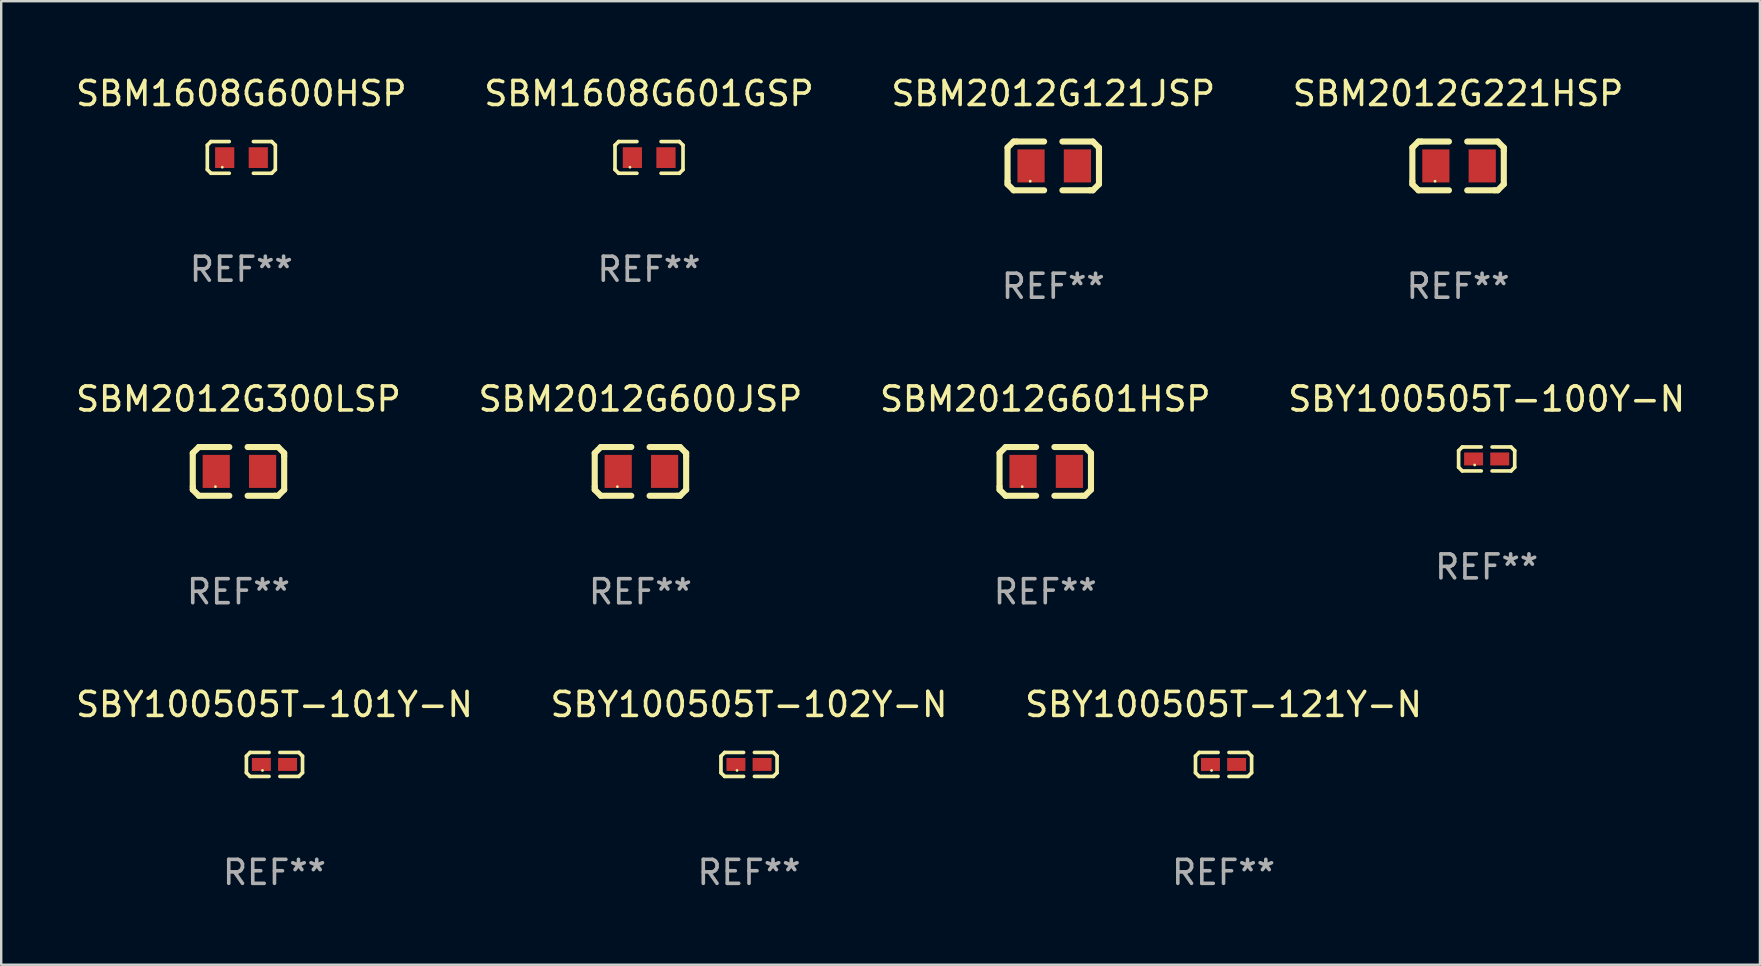
<source format=kicad_pcb>
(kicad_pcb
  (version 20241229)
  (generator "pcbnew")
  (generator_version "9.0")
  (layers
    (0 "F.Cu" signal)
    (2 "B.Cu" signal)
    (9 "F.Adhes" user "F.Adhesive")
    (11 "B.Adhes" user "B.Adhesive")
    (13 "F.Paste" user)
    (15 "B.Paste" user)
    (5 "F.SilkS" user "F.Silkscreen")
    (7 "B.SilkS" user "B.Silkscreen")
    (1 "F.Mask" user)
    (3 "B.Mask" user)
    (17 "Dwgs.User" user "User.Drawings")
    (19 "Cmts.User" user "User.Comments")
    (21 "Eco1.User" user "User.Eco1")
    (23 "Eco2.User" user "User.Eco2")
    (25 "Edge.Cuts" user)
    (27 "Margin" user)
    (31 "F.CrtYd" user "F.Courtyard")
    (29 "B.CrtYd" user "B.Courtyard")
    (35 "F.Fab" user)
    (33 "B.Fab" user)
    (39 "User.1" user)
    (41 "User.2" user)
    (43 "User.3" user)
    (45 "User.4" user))
  (footprint "SBM2012G601HSP"
    (layer "F.Cu")
    (at 40.506 16.593)
    (property "Reference" "SBM2012G601HSP" (at 0 -3.016 0) (layer "F.SilkS") (effects (font (size 1 1) (thickness 0.15))))
    (attr through_hole)
    (fp_line (start -1.905 -0.762) (end -1.905 0.635) (stroke (width 0.254) (type solid)) (layer "F.SilkS"))
    (fp_line (start -1.905 0.635) (end -1.905 0.762) (stroke (width 0.254) (type solid)) (layer "F.SilkS"))
    (fp_line (start -1.905 0.762) (end -1.651 1.016) (stroke (width 0.254) (type solid)) (layer "F.SilkS"))
    (fp_line (start -1.651 -1.016) (end -1.905 -0.762) (stroke (width 0.254) (type solid)) (layer "F.SilkS"))
    (fp_line (start -1.651 1.016) (end -0.381 1.016) (stroke (width 0.254) (type solid)) (layer "F.SilkS"))
    (fp_line (start -1.524 -1.016) (end -1.651 -1.016) (stroke (width 0.254) (type solid)) (layer "F.SilkS"))
    (fp_line (start -0.381 -1.016) (end -1.524 -1.016) (stroke (width 0.254) (type solid)) (layer "F.SilkS"))
    (fp_line (start 0.381 1.016) (end 1.524 1.016) (stroke (width 0.254) (type solid)) (layer "F.SilkS"))
    (fp_line (start 1.524 1.016) (end 1.651 1.016) (stroke (width 0.254) (type solid)) (layer "F.SilkS"))
    (fp_line (start 1.651 -1.016) (end 0.381 -1.016) (stroke (width 0.254) (type solid)) (layer "F.SilkS"))
    (fp_line (start 1.651 1.016) (end 1.905 0.762) (stroke (width 0.254) (type solid)) (layer "F.SilkS"))
    (fp_line (start 1.905 -0.762) (end 1.651 -1.016) (stroke (width 0.254) (type solid)) (layer "F.SilkS"))
    (fp_line (start 1.905 -0.635) (end 1.905 -0.762) (stroke (width 0.254) (type solid)) (layer "F.SilkS"))
    (fp_line (start 1.905 0.762) (end 1.905 -0.635) (stroke (width 0.254) (type solid)) (layer "F.SilkS"))
    (fp_circle (center -0.96 0.637) (end -0.93 0.637) (stroke (width 0.06) (type solid)) (fill no) (layer "F.SilkS"))
    (fp_text user "REF**" (at 0 5.016 0) (layer "F.Fab") (effects (font (size 1 1) (thickness 0.15))))
    (pad "1" smd rect (at -0.926 -0.000051) (size 1.133 1.377) (layers "F.Cu" "F.Mask" "F.Paste"))
    (pad "2" smd rect (at 1.006 -0.000051) (size 1.133 1.377) (layers "F.Cu" "F.Mask" "F.Paste")))
  (footprint "SBY100505T-121Y-N"
    (layer "F.Cu")
    (at 47.935 28.804)
    (property "Reference" "SBY100505T-121Y-N" (at 0 -2.499 0) (layer "F.SilkS") (effects (font (size 1 1) (thickness 0.15))))
    (attr through_hole)
    (fp_line (start -1.169 -0.346) (end -1.016 -0.499) (stroke (width 0.152) (type solid)) (layer "F.SilkS"))
    (fp_line (start -1.169 0.346) (end -1.169 -0.346) (stroke (width 0.152) (type solid)) (layer "F.SilkS"))
    (fp_line (start -1.016 -0.499) (end -0.226 -0.499) (stroke (width 0.152) (type solid)) (layer "F.SilkS"))
    (fp_line (start -1.016 0.499) (end -1.169 0.346) (stroke (width 0.152) (type solid)) (layer "F.SilkS"))
    (fp_line (start -0.226 0.499) (end -1.016 0.499) (stroke (width 0.152) (type solid)) (layer "F.SilkS"))
    (fp_line (start 0.226 0.499) (end 1.016 0.499) (stroke (width 0.152) (type solid)) (layer "F.SilkS"))
    (fp_line (start 1.016 -0.499) (end 0.226 -0.499) (stroke (width 0.152) (type solid)) (layer "F.SilkS"))
    (fp_line (start 1.016 0.499) (end 1.169 0.346) (stroke (width 0.152) (type solid)) (layer "F.SilkS"))
    (fp_line (start 1.169 -0.346) (end 1.016 -0.499) (stroke (width 0.152) (type solid)) (layer "F.SilkS"))
    (fp_line (start 1.169 0.346) (end 1.169 -0.346) (stroke (width 0.152) (type solid)) (layer "F.SilkS"))
    (fp_circle (center -0.5 0.25) (end -0.47 0.25) (stroke (width 0.06) (type solid)) (fill no) (layer "F.SilkS"))
    (fp_text user "REF**" (at 0 4.499 0) (layer "F.Fab") (effects (font (size 1 1) (thickness 0.15))))
    (pad "1" smd rect (at -0.545 0) (size 0.79 0.54) (layers "F.Cu" "F.Mask" "F.Paste"))
    (pad "2" smd rect (at 0.545 0) (size 0.79 0.54) (layers "F.Cu" "F.Mask" "F.Paste")))
  (footprint "SBM2012G300LSP"
    (layer "F.Cu")
    (at 6.887 16.593)
    (property "Reference" "SBM2012G300LSP" (at 0 -3.016 0) (layer "F.SilkS") (effects (font (size 1 1) (thickness 0.15))))
    (attr through_hole)
    (fp_line (start -1.905 -0.762) (end -1.905 0.635) (stroke (width 0.254) (type solid)) (layer "F.SilkS"))
    (fp_line (start -1.905 0.635) (end -1.905 0.762) (stroke (width 0.254) (type solid)) (layer "F.SilkS"))
    (fp_line (start -1.905 0.762) (end -1.651 1.016) (stroke (width 0.254) (type solid)) (layer "F.SilkS"))
    (fp_line (start -1.651 -1.016) (end -1.905 -0.762) (stroke (width 0.254) (type solid)) (layer "F.SilkS"))
    (fp_line (start -1.651 1.016) (end -0.381 1.016) (stroke (width 0.254) (type solid)) (layer "F.SilkS"))
    (fp_line (start -1.524 -1.016) (end -1.651 -1.016) (stroke (width 0.254) (type solid)) (layer "F.SilkS"))
    (fp_line (start -0.381 -1.016) (end -1.524 -1.016) (stroke (width 0.254) (type solid)) (layer "F.SilkS"))
    (fp_line (start 0.381 1.016) (end 1.524 1.016) (stroke (width 0.254) (type solid)) (layer "F.SilkS"))
    (fp_line (start 1.524 1.016) (end 1.651 1.016) (stroke (width 0.254) (type solid)) (layer "F.SilkS"))
    (fp_line (start 1.651 -1.016) (end 0.381 -1.016) (stroke (width 0.254) (type solid)) (layer "F.SilkS"))
    (fp_line (start 1.651 1.016) (end 1.905 0.762) (stroke (width 0.254) (type solid)) (layer "F.SilkS"))
    (fp_line (start 1.905 -0.762) (end 1.651 -1.016) (stroke (width 0.254) (type solid)) (layer "F.SilkS"))
    (fp_line (start 1.905 -0.635) (end 1.905 -0.762) (stroke (width 0.254) (type solid)) (layer "F.SilkS"))
    (fp_line (start 1.905 0.762) (end 1.905 -0.635) (stroke (width 0.254) (type solid)) (layer "F.SilkS"))
    (fp_circle (center -0.96 0.637) (end -0.93 0.637) (stroke (width 0.06) (type solid)) (fill no) (layer "F.SilkS"))
    (fp_text user "REF**" (at 0 5.016 0) (layer "F.Fab") (effects (font (size 1 1) (thickness 0.15))))
    (pad "1" smd rect (at -0.926 -0.000051) (size 1.133 1.377) (layers "F.Cu" "F.Mask" "F.Paste"))
    (pad "2" smd rect (at 1.006 -0.000051) (size 1.133 1.377) (layers "F.Cu" "F.Mask" "F.Paste")))
  (footprint "SBM1608G601GSP"
    (layer "F.Cu")
    (at 23.994 3.509)
    (property "Reference" "SBM1608G601GSP" (at 0 -2.661 0) (layer "F.SilkS") (effects (font (size 1 1) (thickness 0.15))))
    (attr through_hole)
    (fp_line (start -1.417 -0.508) (end -1.265 -0.661) (stroke (width 0.152) (type solid)) (layer "F.SilkS"))
    (fp_line (start -1.417 0.508) (end -1.417 -0.508) (stroke (width 0.152) (type solid)) (layer "F.SilkS"))
    (fp_line (start -1.265 -0.661) (end -0.503 -0.661) (stroke (width 0.152) (type solid)) (layer "F.SilkS"))
    (fp_line (start -1.265 0.661) (end -1.417 0.508) (stroke (width 0.152) (type solid)) (layer "F.SilkS"))
    (fp_line (start -1.265 0.661) (end -0.503 0.661) (stroke (width 0.152) (type solid)) (layer "F.SilkS"))
    (fp_line (start 1.265 -0.661) (end 0.503 -0.661) (stroke (width 0.152) (type solid)) (layer "F.SilkS"))
    (fp_line (start 1.265 -0.661) (end 1.417 -0.508) (stroke (width 0.152) (type solid)) (layer "F.SilkS"))
    (fp_line (start 1.265 0.661) (end 0.503 0.661) (stroke (width 0.152) (type solid)) (layer "F.SilkS"))
    (fp_line (start 1.417 -0.508) (end 1.417 0.508) (stroke (width 0.152) (type solid)) (layer "F.SilkS"))
    (fp_line (start 1.417 0.508) (end 1.265 0.661) (stroke (width 0.152) (type solid)) (layer "F.SilkS"))
    (fp_circle (center -0.793 0.409) (end -0.763 0.409) (stroke (width 0.06) (type solid)) (fill no) (layer "F.SilkS"))
    (fp_text user "REF**" (at 0 4.661 0) (layer "F.Fab") (effects (font (size 1 1) (thickness 0.15))))
    (pad "1" smd rect (at -0.693 0.009 180) (size 0.8 0.864) (layers "F.Cu" "F.Mask" "F.Paste"))
    (pad "2" smd rect (at 0.707 0.009 180) (size 0.8 0.864) (layers "F.Cu" "F.Mask" "F.Paste")))
  (footprint "SBM2012G121JSP"
    (layer "F.Cu")
    (at 40.839 3.864)
    (property "Reference" "SBM2012G121JSP" (at 0 -3.016 0) (layer "F.SilkS") (effects (font (size 1 1) (thickness 0.15))))
    (attr through_hole)
    (fp_line (start -1.905 -0.762) (end -1.905 0.635) (stroke (width 0.254) (type solid)) (layer "F.SilkS"))
    (fp_line (start -1.905 0.635) (end -1.905 0.762) (stroke (width 0.254) (type solid)) (layer "F.SilkS"))
    (fp_line (start -1.905 0.762) (end -1.651 1.016) (stroke (width 0.254) (type solid)) (layer "F.SilkS"))
    (fp_line (start -1.651 -1.016) (end -1.905 -0.762) (stroke (width 0.254) (type solid)) (layer "F.SilkS"))
    (fp_line (start -1.651 1.016) (end -0.381 1.016) (stroke (width 0.254) (type solid)) (layer "F.SilkS"))
    (fp_line (start -1.524 -1.016) (end -1.651 -1.016) (stroke (width 0.254) (type solid)) (layer "F.SilkS"))
    (fp_line (start -0.381 -1.016) (end -1.524 -1.016) (stroke (width 0.254) (type solid)) (layer "F.SilkS"))
    (fp_line (start 0.381 1.016) (end 1.524 1.016) (stroke (width 0.254) (type solid)) (layer "F.SilkS"))
    (fp_line (start 1.524 1.016) (end 1.651 1.016) (stroke (width 0.254) (type solid)) (layer "F.SilkS"))
    (fp_line (start 1.651 -1.016) (end 0.381 -1.016) (stroke (width 0.254) (type solid)) (layer "F.SilkS"))
    (fp_line (start 1.651 1.016) (end 1.905 0.762) (stroke (width 0.254) (type solid)) (layer "F.SilkS"))
    (fp_line (start 1.905 -0.762) (end 1.651 -1.016) (stroke (width 0.254) (type solid)) (layer "F.SilkS"))
    (fp_line (start 1.905 -0.635) (end 1.905 -0.762) (stroke (width 0.254) (type solid)) (layer "F.SilkS"))
    (fp_line (start 1.905 0.762) (end 1.905 -0.635) (stroke (width 0.254) (type solid)) (layer "F.SilkS"))
    (fp_circle (center -0.96 0.637) (end -0.93 0.637) (stroke (width 0.06) (type solid)) (fill no) (layer "F.SilkS"))
    (fp_text user "REF**" (at 0 5.016 0) (layer "F.Fab") (effects (font (size 1 1) (thickness 0.15))))
    (pad "1" smd rect (at -0.926 -0.000051) (size 1.133 1.377) (layers "F.Cu" "F.Mask" "F.Paste"))
    (pad "2" smd rect (at 1.006 -0.000051) (size 1.133 1.377) (layers "F.Cu" "F.Mask" "F.Paste")))
  (footprint "SBM1608G600HSP"
    (layer "F.Cu")
    (at 7.006 3.509)
    (property "Reference" "SBM1608G600HSP" (at 0 -2.661 0) (layer "F.SilkS") (effects (font (size 1 1) (thickness 0.15))))
    (attr through_hole)
    (fp_line (start -1.417 -0.508) (end -1.265 -0.661) (stroke (width 0.152) (type solid)) (layer "F.SilkS"))
    (fp_line (start -1.417 0.508) (end -1.417 -0.508) (stroke (width 0.152) (type solid)) (layer "F.SilkS"))
    (fp_line (start -1.265 -0.661) (end -0.503 -0.661) (stroke (width 0.152) (type solid)) (layer "F.SilkS"))
    (fp_line (start -1.265 0.661) (end -1.417 0.508) (stroke (width 0.152) (type solid)) (layer "F.SilkS"))
    (fp_line (start -1.265 0.661) (end -0.503 0.661) (stroke (width 0.152) (type solid)) (layer "F.SilkS"))
    (fp_line (start 1.265 -0.661) (end 0.503 -0.661) (stroke (width 0.152) (type solid)) (layer "F.SilkS"))
    (fp_line (start 1.265 -0.661) (end 1.417 -0.508) (stroke (width 0.152) (type solid)) (layer "F.SilkS"))
    (fp_line (start 1.265 0.661) (end 0.503 0.661) (stroke (width 0.152) (type solid)) (layer "F.SilkS"))
    (fp_line (start 1.417 -0.508) (end 1.417 0.508) (stroke (width 0.152) (type solid)) (layer "F.SilkS"))
    (fp_line (start 1.417 0.508) (end 1.265 0.661) (stroke (width 0.152) (type solid)) (layer "F.SilkS"))
    (fp_circle (center -0.793 0.409) (end -0.763 0.409) (stroke (width 0.06) (type solid)) (fill no) (layer "F.SilkS"))
    (fp_text user "REF**" (at 0 4.661 0) (layer "F.Fab") (effects (font (size 1 1) (thickness 0.15))))
    (pad "1" smd rect (at -0.693 0.009 180) (size 0.8 0.864) (layers "F.Cu" "F.Mask" "F.Paste"))
    (pad "2" smd rect (at 0.707 0.009 180) (size 0.8 0.864) (layers "F.Cu" "F.Mask" "F.Paste")))
  (footprint "SBM2012G600JSP"
    (layer "F.Cu")
    (at 23.637 16.593)
    (property "Reference" "SBM2012G600JSP" (at 0 -3.016 0) (layer "F.SilkS") (effects (font (size 1 1) (thickness 0.15))))
    (attr through_hole)
    (fp_line (start -1.905 -0.762) (end -1.905 0.635) (stroke (width 0.254) (type solid)) (layer "F.SilkS"))
    (fp_line (start -1.905 0.635) (end -1.905 0.762) (stroke (width 0.254) (type solid)) (layer "F.SilkS"))
    (fp_line (start -1.905 0.762) (end -1.651 1.016) (stroke (width 0.254) (type solid)) (layer "F.SilkS"))
    (fp_line (start -1.651 -1.016) (end -1.905 -0.762) (stroke (width 0.254) (type solid)) (layer "F.SilkS"))
    (fp_line (start -1.651 1.016) (end -0.381 1.016) (stroke (width 0.254) (type solid)) (layer "F.SilkS"))
    (fp_line (start -1.524 -1.016) (end -1.651 -1.016) (stroke (width 0.254) (type solid)) (layer "F.SilkS"))
    (fp_line (start -0.381 -1.016) (end -1.524 -1.016) (stroke (width 0.254) (type solid)) (layer "F.SilkS"))
    (fp_line (start 0.381 1.016) (end 1.524 1.016) (stroke (width 0.254) (type solid)) (layer "F.SilkS"))
    (fp_line (start 1.524 1.016) (end 1.651 1.016) (stroke (width 0.254) (type solid)) (layer "F.SilkS"))
    (fp_line (start 1.651 -1.016) (end 0.381 -1.016) (stroke (width 0.254) (type solid)) (layer "F.SilkS"))
    (fp_line (start 1.651 1.016) (end 1.905 0.762) (stroke (width 0.254) (type solid)) (layer "F.SilkS"))
    (fp_line (start 1.905 -0.762) (end 1.651 -1.016) (stroke (width 0.254) (type solid)) (layer "F.SilkS"))
    (fp_line (start 1.905 -0.635) (end 1.905 -0.762) (stroke (width 0.254) (type solid)) (layer "F.SilkS"))
    (fp_line (start 1.905 0.762) (end 1.905 -0.635) (stroke (width 0.254) (type solid)) (layer "F.SilkS"))
    (fp_circle (center -0.96 0.637) (end -0.93 0.637) (stroke (width 0.06) (type solid)) (fill no) (layer "F.SilkS"))
    (fp_text user "REF**" (at 0 5.016 0) (layer "F.Fab") (effects (font (size 1 1) (thickness 0.15))))
    (pad "1" smd rect (at -0.926 -0.000051) (size 1.133 1.377) (layers "F.Cu" "F.Mask" "F.Paste"))
    (pad "2" smd rect (at 1.006 -0.000051) (size 1.133 1.377) (layers "F.Cu" "F.Mask" "F.Paste")))
  (footprint "SBY100505T-100Y-N"
    (layer "F.Cu")
    (at 58.899 16.075)
    (property "Reference" "SBY100505T-100Y-N" (at 0 -2.499 0) (layer "F.SilkS") (effects (font (size 1 1) (thickness 0.15))))
    (attr through_hole)
    (fp_line (start -1.169 -0.346) (end -1.016 -0.499) (stroke (width 0.152) (type solid)) (layer "F.SilkS"))
    (fp_line (start -1.169 0.346) (end -1.169 -0.346) (stroke (width 0.152) (type solid)) (layer "F.SilkS"))
    (fp_line (start -1.016 -0.499) (end -0.226 -0.499) (stroke (width 0.152) (type solid)) (layer "F.SilkS"))
    (fp_line (start -1.016 0.499) (end -1.169 0.346) (stroke (width 0.152) (type solid)) (layer "F.SilkS"))
    (fp_line (start -0.226 0.499) (end -1.016 0.499) (stroke (width 0.152) (type solid)) (layer "F.SilkS"))
    (fp_line (start 0.226 0.499) (end 1.016 0.499) (stroke (width 0.152) (type solid)) (layer "F.SilkS"))
    (fp_line (start 1.016 -0.499) (end 0.226 -0.499) (stroke (width 0.152) (type solid)) (layer "F.SilkS"))
    (fp_line (start 1.016 0.499) (end 1.169 0.346) (stroke (width 0.152) (type solid)) (layer "F.SilkS"))
    (fp_line (start 1.169 -0.346) (end 1.016 -0.499) (stroke (width 0.152) (type solid)) (layer "F.SilkS"))
    (fp_line (start 1.169 0.346) (end 1.169 -0.346) (stroke (width 0.152) (type solid)) (layer "F.SilkS"))
    (fp_circle (center -0.5 0.25) (end -0.47 0.25) (stroke (width 0.06) (type solid)) (fill no) (layer "F.SilkS"))
    (fp_text user "REF**" (at 0 4.499 0) (layer "F.Fab") (effects (font (size 1 1) (thickness 0.15))))
    (pad "1" smd rect (at -0.545 0) (size 0.79 0.54) (layers "F.Cu" "F.Mask" "F.Paste"))
    (pad "2" smd rect (at 0.545 0) (size 0.79 0.54) (layers "F.Cu" "F.Mask" "F.Paste")))
  (footprint "SBM2012G221HSP"
    (layer "F.Cu")
    (at 57.708 3.864)
    (property "Reference" "SBM2012G221HSP" (at 0 -3.016 0) (layer "F.SilkS") (effects (font (size 1 1) (thickness 0.15))))
    (attr through_hole)
    (fp_line (start -1.905 -0.762) (end -1.905 0.635) (stroke (width 0.254) (type solid)) (layer "F.SilkS"))
    (fp_line (start -1.905 0.635) (end -1.905 0.762) (stroke (width 0.254) (type solid)) (layer "F.SilkS"))
    (fp_line (start -1.905 0.762) (end -1.651 1.016) (stroke (width 0.254) (type solid)) (layer "F.SilkS"))
    (fp_line (start -1.651 -1.016) (end -1.905 -0.762) (stroke (width 0.254) (type solid)) (layer "F.SilkS"))
    (fp_line (start -1.651 1.016) (end -0.381 1.016) (stroke (width 0.254) (type solid)) (layer "F.SilkS"))
    (fp_line (start -1.524 -1.016) (end -1.651 -1.016) (stroke (width 0.254) (type solid)) (layer "F.SilkS"))
    (fp_line (start -0.381 -1.016) (end -1.524 -1.016) (stroke (width 0.254) (type solid)) (layer "F.SilkS"))
    (fp_line (start 0.381 1.016) (end 1.524 1.016) (stroke (width 0.254) (type solid)) (layer "F.SilkS"))
    (fp_line (start 1.524 1.016) (end 1.651 1.016) (stroke (width 0.254) (type solid)) (layer "F.SilkS"))
    (fp_line (start 1.651 -1.016) (end 0.381 -1.016) (stroke (width 0.254) (type solid)) (layer "F.SilkS"))
    (fp_line (start 1.651 1.016) (end 1.905 0.762) (stroke (width 0.254) (type solid)) (layer "F.SilkS"))
    (fp_line (start 1.905 -0.762) (end 1.651 -1.016) (stroke (width 0.254) (type solid)) (layer "F.SilkS"))
    (fp_line (start 1.905 -0.635) (end 1.905 -0.762) (stroke (width 0.254) (type solid)) (layer "F.SilkS"))
    (fp_line (start 1.905 0.762) (end 1.905 -0.635) (stroke (width 0.254) (type solid)) (layer "F.SilkS"))
    (fp_circle (center -0.96 0.637) (end -0.93 0.637) (stroke (width 0.06) (type solid)) (fill no) (layer "F.SilkS"))
    (fp_text user "REF**" (at 0 5.016 0) (layer "F.Fab") (effects (font (size 1 1) (thickness 0.15))))
    (pad "1" smd rect (at -0.926 -0.000051) (size 1.133 1.377) (layers "F.Cu" "F.Mask" "F.Paste"))
    (pad "2" smd rect (at 1.006 -0.000051) (size 1.133 1.377) (layers "F.Cu" "F.Mask" "F.Paste")))
  (footprint "SBY100505T-101Y-N"
    (layer "F.Cu")
    (at 8.387 28.804)
    (property "Reference" "SBY100505T-101Y-N" (at 0 -2.499 0) (layer "F.SilkS") (effects (font (size 1 1) (thickness 0.15))))
    (attr through_hole)
    (fp_line (start -1.169 -0.346) (end -1.016 -0.499) (stroke (width 0.152) (type solid)) (layer "F.SilkS"))
    (fp_line (start -1.169 0.346) (end -1.169 -0.346) (stroke (width 0.152) (type solid)) (layer "F.SilkS"))
    (fp_line (start -1.016 -0.499) (end -0.226 -0.499) (stroke (width 0.152) (type solid)) (layer "F.SilkS"))
    (fp_line (start -1.016 0.499) (end -1.169 0.346) (stroke (width 0.152) (type solid)) (layer "F.SilkS"))
    (fp_line (start -0.226 0.499) (end -1.016 0.499) (stroke (width 0.152) (type solid)) (layer "F.SilkS"))
    (fp_line (start 0.226 0.499) (end 1.016 0.499) (stroke (width 0.152) (type solid)) (layer "F.SilkS"))
    (fp_line (start 1.016 -0.499) (end 0.226 -0.499) (stroke (width 0.152) (type solid)) (layer "F.SilkS"))
    (fp_line (start 1.016 0.499) (end 1.169 0.346) (stroke (width 0.152) (type solid)) (layer "F.SilkS"))
    (fp_line (start 1.169 -0.346) (end 1.016 -0.499) (stroke (width 0.152) (type solid)) (layer "F.SilkS"))
    (fp_line (start 1.169 0.346) (end 1.169 -0.346) (stroke (width 0.152) (type solid)) (layer "F.SilkS"))
    (fp_circle (center -0.5 0.25) (end -0.47 0.25) (stroke (width 0.06) (type solid)) (fill no) (layer "F.SilkS"))
    (fp_text user "REF**" (at 0 4.499 0) (layer "F.Fab") (effects (font (size 1 1) (thickness 0.15))))
    (pad "1" smd rect (at -0.545 0) (size 0.79 0.54) (layers "F.Cu" "F.Mask" "F.Paste"))
    (pad "2" smd rect (at 0.545 0) (size 0.79 0.54) (layers "F.Cu" "F.Mask" "F.Paste")))
  (footprint "SBY100505T-102Y-N"
    (layer "F.Cu")
    (at 28.161 28.804)
    (property "Reference" "SBY100505T-102Y-N" (at 0 -2.499 0) (layer "F.SilkS") (effects (font (size 1 1) (thickness 0.15))))
    (attr through_hole)
    (fp_line (start -1.169 -0.346) (end -1.016 -0.499) (stroke (width 0.152) (type solid)) (layer "F.SilkS"))
    (fp_line (start -1.169 0.346) (end -1.169 -0.346) (stroke (width 0.152) (type solid)) (layer "F.SilkS"))
    (fp_line (start -1.016 -0.499) (end -0.226 -0.499) (stroke (width 0.152) (type solid)) (layer "F.SilkS"))
    (fp_line (start -1.016 0.499) (end -1.169 0.346) (stroke (width 0.152) (type solid)) (layer "F.SilkS"))
    (fp_line (start -0.226 0.499) (end -1.016 0.499) (stroke (width 0.152) (type solid)) (layer "F.SilkS"))
    (fp_line (start 0.226 0.499) (end 1.016 0.499) (stroke (width 0.152) (type solid)) (layer "F.SilkS"))
    (fp_line (start 1.016 -0.499) (end 0.226 -0.499) (stroke (width 0.152) (type solid)) (layer "F.SilkS"))
    (fp_line (start 1.016 0.499) (end 1.169 0.346) (stroke (width 0.152) (type solid)) (layer "F.SilkS"))
    (fp_line (start 1.169 -0.346) (end 1.016 -0.499) (stroke (width 0.152) (type solid)) (layer "F.SilkS"))
    (fp_line (start 1.169 0.346) (end 1.169 -0.346) (stroke (width 0.152) (type solid)) (layer "F.SilkS"))
    (fp_circle (center -0.5 0.25) (end -0.47 0.25) (stroke (width 0.06) (type solid)) (fill no) (layer "F.SilkS"))
    (fp_text user "REF**" (at 0 4.499 0) (layer "F.Fab") (effects (font (size 1 1) (thickness 0.15))))
    (pad "1" smd rect (at -0.545 0) (size 0.79 0.54) (layers "F.Cu" "F.Mask" "F.Paste"))
    (pad "2" smd rect (at 0.545 0) (size 0.79 0.54) (layers "F.Cu" "F.Mask" "F.Paste")))
  (gr_rect
    (start -3 -3)
    (end 70.286 37.151)
    (stroke (width 0.1) (type default))
    (fill no)
    (layer "Edge.Cuts")))
</source>
